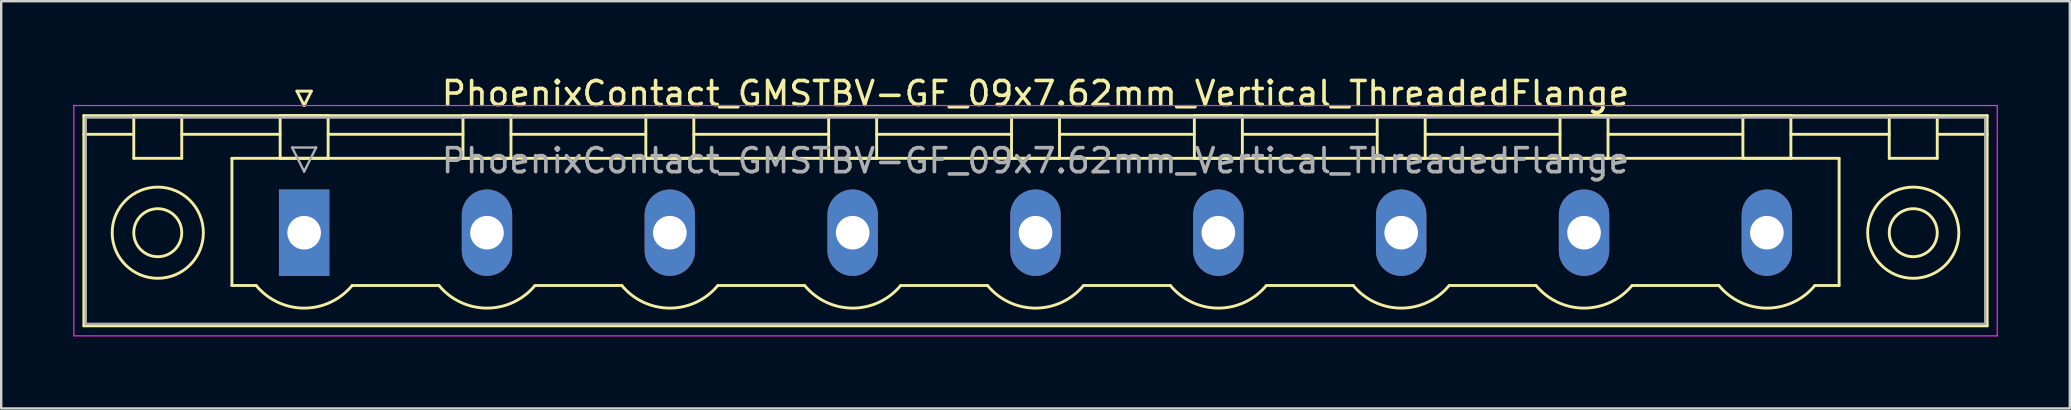
<source format=kicad_pcb>
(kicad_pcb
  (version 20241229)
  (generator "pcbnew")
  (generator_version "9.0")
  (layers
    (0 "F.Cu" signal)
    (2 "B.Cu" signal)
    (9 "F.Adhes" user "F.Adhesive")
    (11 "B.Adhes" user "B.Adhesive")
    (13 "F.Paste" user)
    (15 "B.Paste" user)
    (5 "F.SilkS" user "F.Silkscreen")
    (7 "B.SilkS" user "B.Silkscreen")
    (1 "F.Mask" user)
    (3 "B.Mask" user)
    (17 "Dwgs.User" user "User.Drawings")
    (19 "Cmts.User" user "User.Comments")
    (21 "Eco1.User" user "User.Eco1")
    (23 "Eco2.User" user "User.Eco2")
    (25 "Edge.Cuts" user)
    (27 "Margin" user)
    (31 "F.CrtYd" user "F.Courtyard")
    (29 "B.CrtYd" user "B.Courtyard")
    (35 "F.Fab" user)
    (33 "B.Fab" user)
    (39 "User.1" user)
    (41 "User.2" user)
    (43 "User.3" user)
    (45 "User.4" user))
  (footprint "PhoenixContact_GMSTBV-GF_09x7.62mm_Vertical_ThreadedFlange"
    (layer "F.Cu")
    (at 9.625 6.648)
    (property "Reference" "PhoenixContact_GMSTBV-GF_09x7.62mm_Vertical_ThreadedFlange" (at 30.48 -5.8 0) (layer "F.SilkS") (effects (font (size 1 1) (thickness 0.15))))
    (attr through_hole)
    (fp_line (start -9.18 -4.88) (end -9.18 3.88) (stroke (width 0.12) (type solid)) (layer "F.SilkS"))
    (fp_line (start -9.18 -4.1) (end -7.18 -4.1) (stroke (width 0.12) (type solid)) (layer "F.SilkS"))
    (fp_line (start -9.18 3.88) (end 70.14 3.88) (stroke (width 0.12) (type solid)) (layer "F.SilkS"))
    (fp_line (start -7.1 -4.88) (end -5.1 -4.88) (stroke (width 0.12) (type solid)) (layer "F.SilkS"))
    (fp_line (start -7.1 -3.1) (end -7.1 -4.88) (stroke (width 0.12) (type solid)) (layer "F.SilkS"))
    (fp_line (start -5.1 -4.88) (end -5.1 -3.1) (stroke (width 0.12) (type solid)) (layer "F.SilkS"))
    (fp_line (start -5.1 -4.1) (end -1 -4.1) (stroke (width 0.12) (type solid)) (layer "F.SilkS"))
    (fp_line (start -5.1 -3.1) (end -7.1 -3.1) (stroke (width 0.12) (type solid)) (layer "F.SilkS"))
    (fp_line (start -3.01 -3.1) (end 63.97 -3.1) (stroke (width 0.12) (type solid)) (layer "F.SilkS"))
    (fp_line (start -3.01 2.2) (end -3.01 -3.1) (stroke (width 0.12) (type solid)) (layer "F.SilkS"))
    (fp_line (start -2 2.2) (end -3.01 2.2) (stroke (width 0.12) (type solid)) (layer "F.SilkS"))
    (fp_line (start -1 -4.88) (end 1 -4.88) (stroke (width 0.12) (type solid)) (layer "F.SilkS"))
    (fp_line (start -1 -3.1) (end -1 -4.88) (stroke (width 0.12) (type solid)) (layer "F.SilkS"))
    (fp_line (start -0.3 -5.9) (end 0.3 -5.9) (stroke (width 0.12) (type solid)) (layer "F.SilkS"))
    (fp_line (start 0 -5.3) (end -0.3 -5.9) (stroke (width 0.12) (type solid)) (layer "F.SilkS"))
    (fp_line (start 0.3 -5.9) (end 0 -5.3) (stroke (width 0.12) (type solid)) (layer "F.SilkS"))
    (fp_line (start 1 -4.88) (end 1 -3.1) (stroke (width 0.12) (type solid)) (layer "F.SilkS"))
    (fp_line (start 1 -4.1) (end 6.62 -4.1) (stroke (width 0.12) (type solid)) (layer "F.SilkS"))
    (fp_line (start 1 -3.1) (end -1 -3.1) (stroke (width 0.12) (type solid)) (layer "F.SilkS"))
    (fp_line (start 2 2.2) (end 5.62 2.2) (stroke (width 0.12) (type solid)) (layer "F.SilkS"))
    (fp_line (start 6.62 -4.88) (end 8.62 -4.88) (stroke (width 0.12) (type solid)) (layer "F.SilkS"))
    (fp_line (start 6.62 -3.1) (end 6.62 -4.88) (stroke (width 0.12) (type solid)) (layer "F.SilkS"))
    (fp_line (start 8.62 -4.88) (end 8.62 -3.1) (stroke (width 0.12) (type solid)) (layer "F.SilkS"))
    (fp_line (start 8.62 -4.1) (end 14.24 -4.1) (stroke (width 0.12) (type solid)) (layer "F.SilkS"))
    (fp_line (start 8.62 -3.1) (end 6.62 -3.1) (stroke (width 0.12) (type solid)) (layer "F.SilkS"))
    (fp_line (start 9.62 2.2) (end 13.24 2.2) (stroke (width 0.12) (type solid)) (layer "F.SilkS"))
    (fp_line (start 14.24 -4.88) (end 16.24 -4.88) (stroke (width 0.12) (type solid)) (layer "F.SilkS"))
    (fp_line (start 14.24 -3.1) (end 14.24 -4.88) (stroke (width 0.12) (type solid)) (layer "F.SilkS"))
    (fp_line (start 16.24 -4.88) (end 16.24 -3.1) (stroke (width 0.12) (type solid)) (layer "F.SilkS"))
    (fp_line (start 16.24 -4.1) (end 21.86 -4.1) (stroke (width 0.12) (type solid)) (layer "F.SilkS"))
    (fp_line (start 16.24 -3.1) (end 14.24 -3.1) (stroke (width 0.12) (type solid)) (layer "F.SilkS"))
    (fp_line (start 17.24 2.2) (end 20.86 2.2) (stroke (width 0.12) (type solid)) (layer "F.SilkS"))
    (fp_line (start 21.86 -4.88) (end 23.86 -4.88) (stroke (width 0.12) (type solid)) (layer "F.SilkS"))
    (fp_line (start 21.86 -3.1) (end 21.86 -4.88) (stroke (width 0.12) (type solid)) (layer "F.SilkS"))
    (fp_line (start 23.86 -4.88) (end 23.86 -3.1) (stroke (width 0.12) (type solid)) (layer "F.SilkS"))
    (fp_line (start 23.86 -4.1) (end 29.48 -4.1) (stroke (width 0.12) (type solid)) (layer "F.SilkS"))
    (fp_line (start 23.86 -3.1) (end 21.86 -3.1) (stroke (width 0.12) (type solid)) (layer "F.SilkS"))
    (fp_line (start 24.86 2.2) (end 28.48 2.2) (stroke (width 0.12) (type solid)) (layer "F.SilkS"))
    (fp_line (start 29.48 -4.88) (end 31.48 -4.88) (stroke (width 0.12) (type solid)) (layer "F.SilkS"))
    (fp_line (start 29.48 -3.1) (end 29.48 -4.88) (stroke (width 0.12) (type solid)) (layer "F.SilkS"))
    (fp_line (start 31.48 -4.88) (end 31.48 -3.1) (stroke (width 0.12) (type solid)) (layer "F.SilkS"))
    (fp_line (start 31.48 -4.1) (end 37.1 -4.1) (stroke (width 0.12) (type solid)) (layer "F.SilkS"))
    (fp_line (start 31.48 -3.1) (end 29.48 -3.1) (stroke (width 0.12) (type solid)) (layer "F.SilkS"))
    (fp_line (start 32.48 2.2) (end 36.1 2.2) (stroke (width 0.12) (type solid)) (layer "F.SilkS"))
    (fp_line (start 37.1 -4.88) (end 39.1 -4.88) (stroke (width 0.12) (type solid)) (layer "F.SilkS"))
    (fp_line (start 37.1 -3.1) (end 37.1 -4.88) (stroke (width 0.12) (type solid)) (layer "F.SilkS"))
    (fp_line (start 39.1 -4.88) (end 39.1 -3.1) (stroke (width 0.12) (type solid)) (layer "F.SilkS"))
    (fp_line (start 39.1 -4.1) (end 44.72 -4.1) (stroke (width 0.12) (type solid)) (layer "F.SilkS"))
    (fp_line (start 39.1 -3.1) (end 37.1 -3.1) (stroke (width 0.12) (type solid)) (layer "F.SilkS"))
    (fp_line (start 40.1 2.2) (end 43.72 2.2) (stroke (width 0.12) (type solid)) (layer "F.SilkS"))
    (fp_line (start 44.72 -4.88) (end 46.72 -4.88) (stroke (width 0.12) (type solid)) (layer "F.SilkS"))
    (fp_line (start 44.72 -3.1) (end 44.72 -4.88) (stroke (width 0.12) (type solid)) (layer "F.SilkS"))
    (fp_line (start 46.72 -4.88) (end 46.72 -3.1) (stroke (width 0.12) (type solid)) (layer "F.SilkS"))
    (fp_line (start 46.72 -4.1) (end 52.34 -4.1) (stroke (width 0.12) (type solid)) (layer "F.SilkS"))
    (fp_line (start 46.72 -3.1) (end 44.72 -3.1) (stroke (width 0.12) (type solid)) (layer "F.SilkS"))
    (fp_line (start 47.72 2.2) (end 51.34 2.2) (stroke (width 0.12) (type solid)) (layer "F.SilkS"))
    (fp_line (start 52.34 -4.88) (end 54.34 -4.88) (stroke (width 0.12) (type solid)) (layer "F.SilkS"))
    (fp_line (start 52.34 -3.1) (end 52.34 -4.88) (stroke (width 0.12) (type solid)) (layer "F.SilkS"))
    (fp_line (start 54.34 -4.88) (end 54.34 -3.1) (stroke (width 0.12) (type solid)) (layer "F.SilkS"))
    (fp_line (start 54.34 -4.1) (end 59.96 -4.1) (stroke (width 0.12) (type solid)) (layer "F.SilkS"))
    (fp_line (start 54.34 -3.1) (end 52.34 -3.1) (stroke (width 0.12) (type solid)) (layer "F.SilkS"))
    (fp_line (start 55.34 2.2) (end 58.96 2.2) (stroke (width 0.12) (type solid)) (layer "F.SilkS"))
    (fp_line (start 59.96 -4.88) (end 61.96 -4.88) (stroke (width 0.12) (type solid)) (layer "F.SilkS"))
    (fp_line (start 59.96 -3.1) (end 59.96 -4.88) (stroke (width 0.12) (type solid)) (layer "F.SilkS"))
    (fp_line (start 61.96 -4.88) (end 61.96 -3.1) (stroke (width 0.12) (type solid)) (layer "F.SilkS"))
    (fp_line (start 61.96 -4.1) (end 66.06 -4.1) (stroke (width 0.12) (type solid)) (layer "F.SilkS"))
    (fp_line (start 61.96 -3.1) (end 59.96 -3.1) (stroke (width 0.12) (type solid)) (layer "F.SilkS"))
    (fp_line (start 63.97 -3.1) (end 63.97 2.2) (stroke (width 0.12) (type solid)) (layer "F.SilkS"))
    (fp_line (start 63.97 2.2) (end 62.96 2.2) (stroke (width 0.12) (type solid)) (layer "F.SilkS"))
    (fp_line (start 66.06 -4.88) (end 68.06 -4.88) (stroke (width 0.12) (type solid)) (layer "F.SilkS"))
    (fp_line (start 66.06 -3.1) (end 66.06 -4.88) (stroke (width 0.12) (type solid)) (layer "F.SilkS"))
    (fp_line (start 68.06 -4.88) (end 68.06 -3.1) (stroke (width 0.12) (type solid)) (layer "F.SilkS"))
    (fp_line (start 68.06 -3.1) (end 66.06 -3.1) (stroke (width 0.12) (type solid)) (layer "F.SilkS"))
    (fp_line (start 70.14 -4.88) (end -9.18 -4.88) (stroke (width 0.12) (type solid)) (layer "F.SilkS"))
    (fp_line (start 70.14 -4.1) (end 68.14 -4.1) (stroke (width 0.12) (type solid)) (layer "F.SilkS"))
    (fp_line (start 70.14 3.88) (end 70.14 -4.88) (stroke (width 0.12) (type solid)) (layer "F.SilkS"))
    (fp_arc (start 1.986842 2.215821) (mid -0.010289 3.142758) (end -2 2.2) (stroke (width 0.12) (type solid)) (layer "F.SilkS"))
    (fp_arc (start 9.606842 2.215821) (mid 7.609711 3.142758) (end 5.62 2.2) (stroke (width 0.12) (type solid)) (layer "F.SilkS"))
    (fp_arc (start 17.226842 2.215821) (mid 15.229711 3.142758) (end 13.24 2.2) (stroke (width 0.12) (type solid)) (layer "F.SilkS"))
    (fp_arc (start 24.846842 2.215821) (mid 22.849711 3.142758) (end 20.86 2.2) (stroke (width 0.12) (type solid)) (layer "F.SilkS"))
    (fp_arc (start 32.466842 2.215821) (mid 30.469711 3.142758) (end 28.48 2.2) (stroke (width 0.12) (type solid)) (layer "F.SilkS"))
    (fp_arc (start 40.086842 2.215821) (mid 38.089711 3.142758) (end 36.1 2.2) (stroke (width 0.12) (type solid)) (layer "F.SilkS"))
    (fp_arc (start 47.706842 2.215821) (mid 45.709711 3.142758) (end 43.72 2.2) (stroke (width 0.12) (type solid)) (layer "F.SilkS"))
    (fp_arc (start 55.326842 2.215821) (mid 53.329711 3.142758) (end 51.34 2.2) (stroke (width 0.12) (type solid)) (layer "F.SilkS"))
    (fp_arc (start 62.946842 2.215821) (mid 60.949711 3.142758) (end 58.96 2.2) (stroke (width 0.12) (type solid)) (layer "F.SilkS"))
    (fp_circle (center -6.1 0) (end -5.1 0) (stroke (width 0.12) (type solid)) (fill no) (layer "F.SilkS"))
    (fp_circle (center -6.1 0) (end -4.2 0) (stroke (width 0.12) (type solid)) (fill no) (layer "F.SilkS"))
    (fp_circle (center 67.06 0) (end 68.06 0) (stroke (width 0.12) (type solid)) (fill no) (layer "F.SilkS"))
    (fp_circle (center 67.06 0) (end 68.96 0) (stroke (width 0.12) (type solid)) (fill no) (layer "F.SilkS"))
    (fp_line (start -9.6 -5.3) (end -9.6 4.3) (stroke (width 0.05) (type solid)) (layer "F.CrtYd"))
    (fp_line (start -9.6 4.3) (end 70.56 4.3) (stroke (width 0.05) (type solid)) (layer "F.CrtYd"))
    (fp_line (start 70.56 -5.3) (end -9.6 -5.3) (stroke (width 0.05) (type solid)) (layer "F.CrtYd"))
    (fp_line (start 70.56 4.3) (end 70.56 -5.3) (stroke (width 0.05) (type solid)) (layer "F.CrtYd"))
    (fp_line (start -9.1 -4.8) (end -9.1 3.8) (stroke (width 0.1) (type solid)) (layer "F.Fab"))
    (fp_line (start -9.1 3.8) (end 70.06 3.8) (stroke (width 0.1) (type solid)) (layer "F.Fab"))
    (fp_line (start -0.5 -3.55) (end 0.5 -3.55) (stroke (width 0.1) (type solid)) (layer "F.Fab"))
    (fp_line (start 0 -2.55) (end -0.5 -3.55) (stroke (width 0.1) (type solid)) (layer "F.Fab"))
    (fp_line (start 0.5 -3.55) (end 0 -2.55) (stroke (width 0.1) (type solid)) (layer "F.Fab"))
    (fp_line (start 70.06 -4.8) (end -9.1 -4.8) (stroke (width 0.1) (type solid)) (layer "F.Fab"))
    (fp_line (start 70.06 3.8) (end 70.06 -4.8) (stroke (width 0.1) (type solid)) (layer "F.Fab"))
    (fp_text user "${REFERENCE}" (at 30.48 -3 0) (layer "F.Fab") (effects (font (size 1 1) (thickness 0.15))))
    (pad "1" thru_hole rect (at 0 0) (size 2.1 3.6) (drill 1.4) (layers "*.Cu" "*.Mask"))
    (pad "2" thru_hole oval (at 7.62 0) (size 2.1 3.6) (drill 1.4) (layers "*.Cu" "*.Mask"))
    (pad "3" thru_hole oval (at 15.24 0) (size 2.1 3.6) (drill 1.4) (layers "*.Cu" "*.Mask"))
    (pad "4" thru_hole oval (at 22.86 0) (size 2.1 3.6) (drill 1.4) (layers "*.Cu" "*.Mask"))
    (pad "5" thru_hole oval (at 30.48 0) (size 2.1 3.6) (drill 1.4) (layers "*.Cu" "*.Mask"))
    (pad "6" thru_hole oval (at 38.1 0) (size 2.1 3.6) (drill 1.4) (layers "*.Cu" "*.Mask"))
    (pad "7" thru_hole oval (at 45.72 0) (size 2.1 3.6) (drill 1.4) (layers "*.Cu" "*.Mask"))
    (pad "8" thru_hole oval (at 53.34 0) (size 2.1 3.6) (drill 1.4) (layers "*.Cu" "*.Mask"))
    (pad "9" thru_hole oval (at 60.96 0) (size 2.1 3.6) (drill 1.4) (layers "*.Cu" "*.Mask")))
  (gr_rect
    (start -3 -3)
    (end 83.21 13.973)
    (stroke (width 0.1) (type default))
    (fill no)
    (layer "Edge.Cuts")))
</source>
